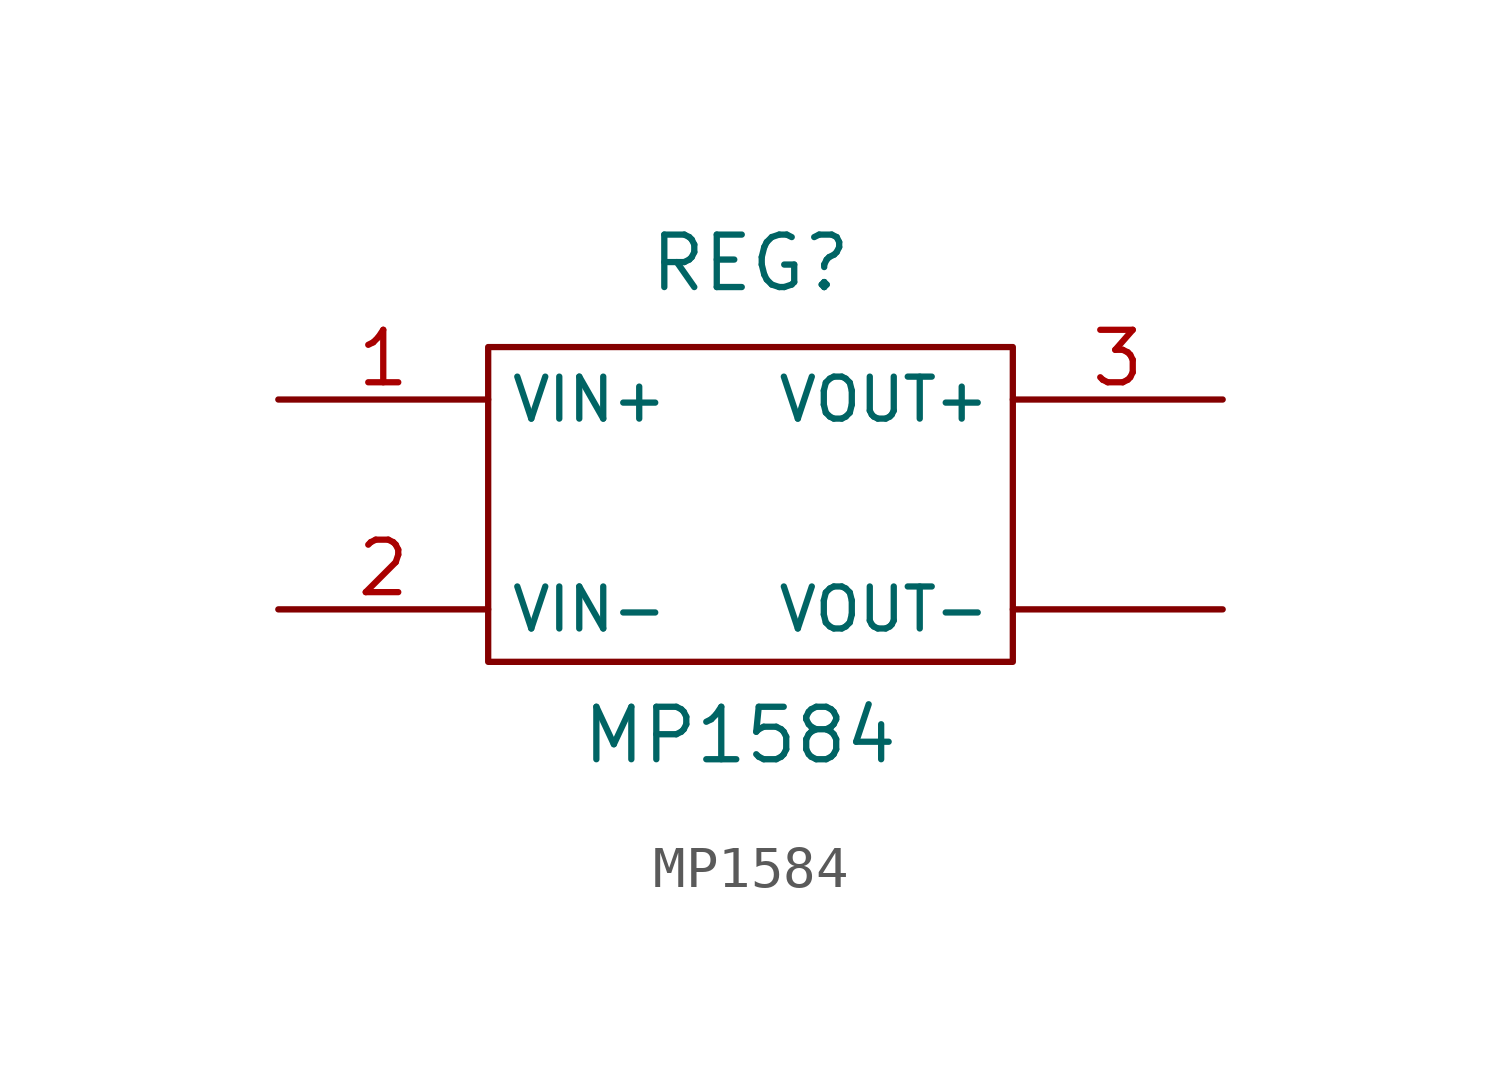
<source format=kicad_sym>
(kicad_symbol_lib
  (version 20241209)
  (generator "kicad_symbol_editor")
  (generator_version "9.0")
  (symbol "MP1584"
    (property "Reference" "REG"
      (at 0 5.842 0)
      (effects (font (size 1.27 1.27))))
    (property "Value" "MP1584"
      (at -0.254 -5.588 0)
      (effects (font (size 1.27 1.27))))
    (symbol "MP1584_0_1"
      (rectangle (start -6.35 3.81) (end 6.35 -3.81) (stroke (width 0) (type default)) (fill (type none))))
    (symbol "MP1584_1_1"
      (pin power_in line (at -11.43 2.54 0) (length 5.08) (name "VIN+" (effects (font (size 1.016 1.016)))) (number "1" (effects (font (size 1.27 1.27)))))
      (pin power_in line (at -11.43 -2.54 0) (length 5.08) (name "VIN-" (effects (font (size 1.016 1.016)))) (number "2" (effects (font (size 1.27 1.27)))))
      (pin power_out line (at 11.43 2.54 180) (length 5.08) (name "VOUT+" (effects (font (size 1.016 1.016)))) (number "3" (effects (font (size 1.27 1.27)))))
      (pin power_out line (at 11.43 -2.54 180) (length 5.08) (name "VOUT-" (effects (font (size 1.016 1.016)))) (number "" (effects (font (size 1.27 1.27))))))))
</source>
